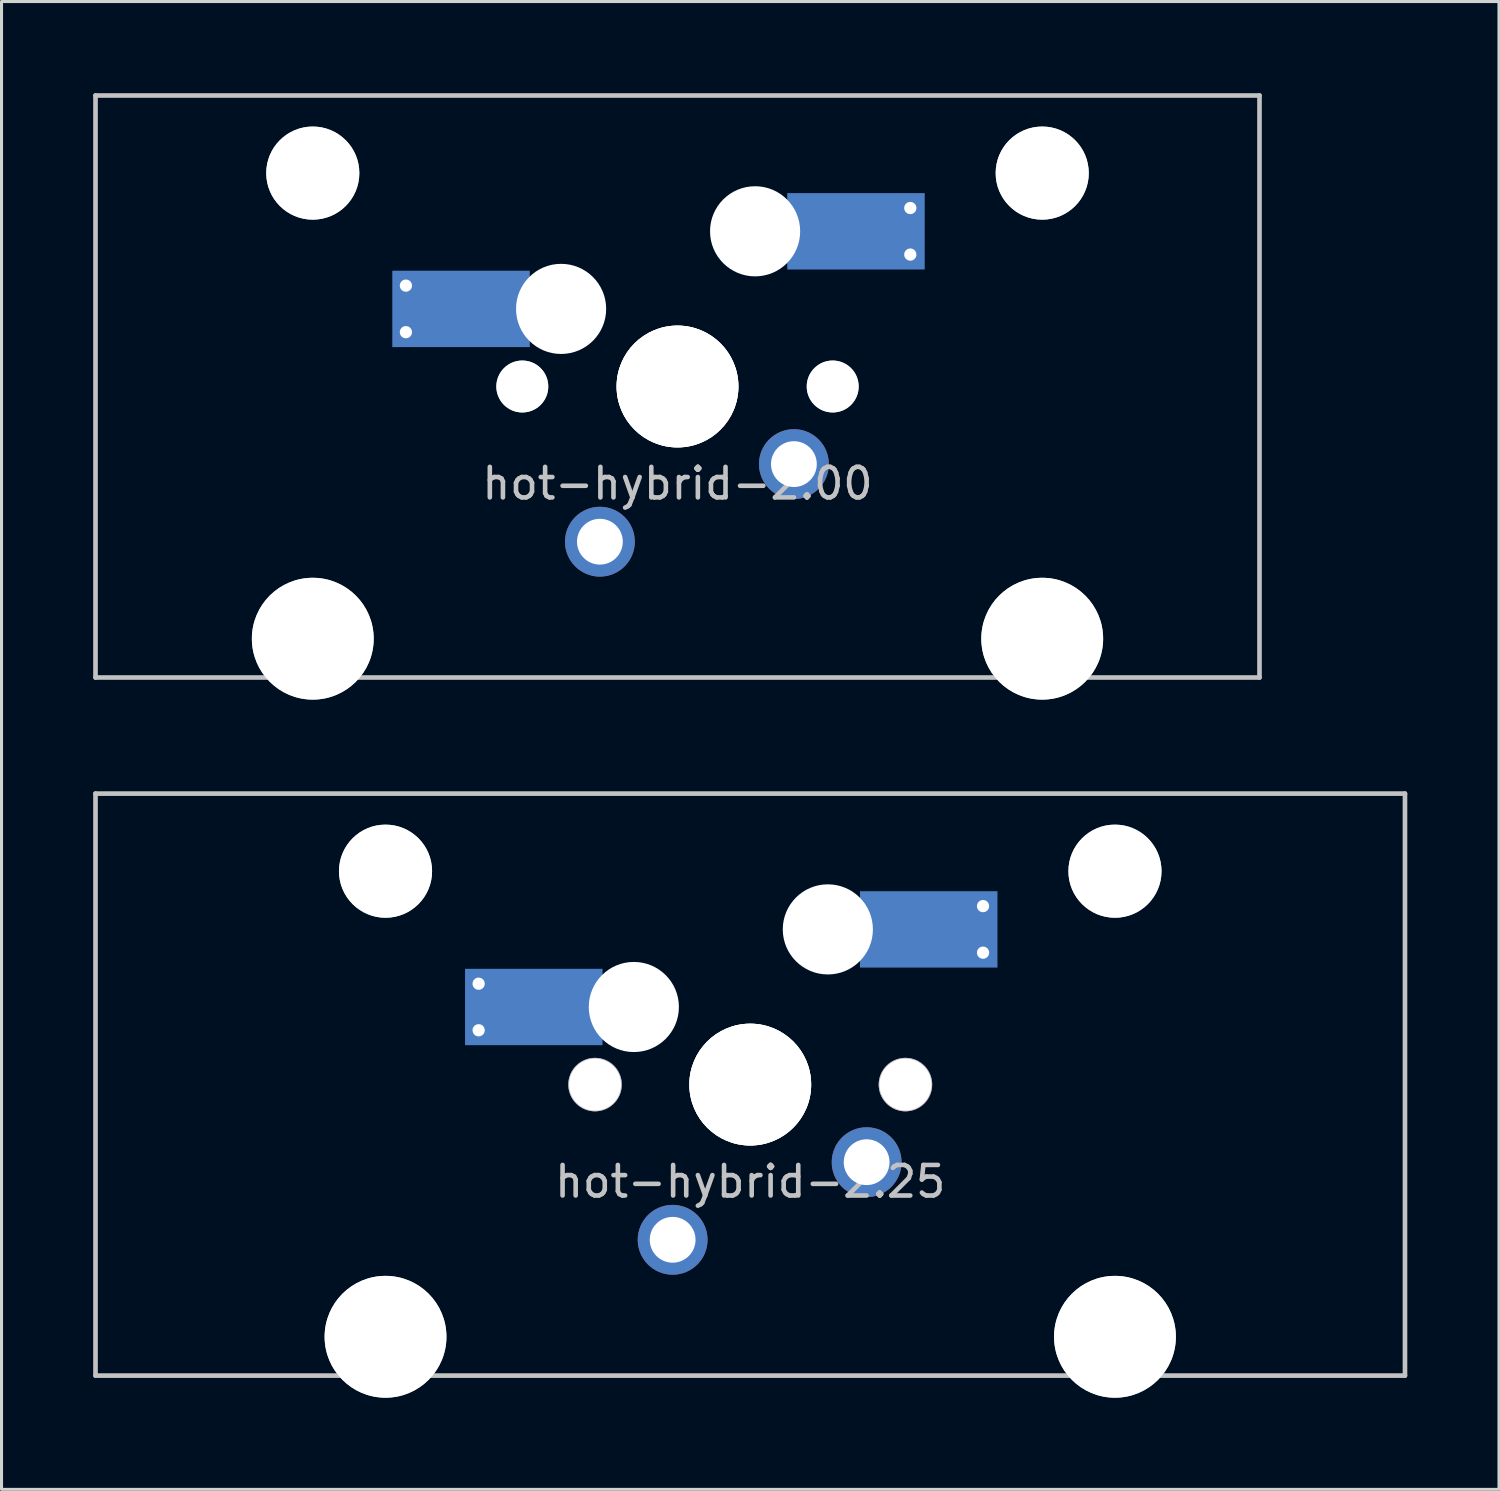
<source format=kicad_pcb>
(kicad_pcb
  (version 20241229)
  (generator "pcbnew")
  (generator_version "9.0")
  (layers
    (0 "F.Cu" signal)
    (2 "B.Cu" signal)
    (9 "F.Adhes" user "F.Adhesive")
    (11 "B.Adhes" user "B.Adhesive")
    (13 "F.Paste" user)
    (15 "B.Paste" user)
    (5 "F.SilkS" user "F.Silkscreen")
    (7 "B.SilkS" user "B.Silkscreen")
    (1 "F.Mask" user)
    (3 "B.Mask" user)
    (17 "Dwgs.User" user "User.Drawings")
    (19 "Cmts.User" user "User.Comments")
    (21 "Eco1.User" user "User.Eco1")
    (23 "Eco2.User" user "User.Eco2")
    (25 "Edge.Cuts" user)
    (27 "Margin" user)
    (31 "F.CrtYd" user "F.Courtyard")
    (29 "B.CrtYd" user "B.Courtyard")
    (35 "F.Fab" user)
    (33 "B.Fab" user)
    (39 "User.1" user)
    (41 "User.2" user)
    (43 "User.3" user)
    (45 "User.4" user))
  (footprint "hot-hybrid-2.00"
    (layer "F.Cu")
    (at 19.126 9.601)
    (property "Reference" "hot-hybrid-2.00" (at 0 3.175 0) (layer "Dwgs.User") (effects (font (size 1 1) (thickness 0.15))))
    (attr through_hole)
    (fp_line (start -19.05 -9.525) (end 19.05 -9.525) (stroke (width 0.152) (type solid)) (layer "Dwgs.User"))
    (fp_line (start -19.05 9.525) (end -19.05 -9.525) (stroke (width 0.152) (type solid)) (layer "Dwgs.User"))
    (fp_line (start 19.05 -9.525) (end 19.05 9.525) (stroke (width 0.152) (type solid)) (layer "Dwgs.User"))
    (fp_line (start 19.05 9.525) (end -19.05 9.525) (stroke (width 0.152) (type solid)) (layer "Dwgs.User"))
    (fp_curve (pts (xy -15.46 -7.995) (xy -15.46 -7.995) (xy -15.46 8.005) (xy -15.46 8.005)) (stroke (width 0.3) (type solid)) (layer "Eco2.User"))
    (fp_curve (pts (xy -15.46 8.005) (xy -15.46 8.555) (xy -15.01 9.005) (xy -14.46 9.005)) (stroke (width 0.3) (type solid)) (layer "Eco2.User"))
    (fp_curve (pts (xy -14.46 -8.995) (xy -15.01 -8.995) (xy -15.46 -8.545) (xy -15.46 -7.995)) (stroke (width 0.3) (type solid)) (layer "Eco2.User"))
    (fp_curve (pts (xy -14.46 9.005) (xy -14.46 9.005) (xy -9.41 9.005) (xy -9.41 9.005)) (stroke (width 0.3) (type solid)) (layer "Eco2.User"))
    (fp_curve (pts (xy -9.41 -8.995) (xy -9.41 -8.995) (xy -14.46 -8.995) (xy -14.46 -8.995)) (stroke (width 0.3) (type solid)) (layer "Eco2.User"))
    (fp_curve (pts (xy -9.41 9.005) (xy -8.86 9.005) (xy -8.41 8.555) (xy -8.41 8.005)) (stroke (width 0.3) (type solid)) (layer "Eco2.User"))
    (fp_curve (pts (xy -8.41 -7.995) (xy -8.41 -8.545) (xy -8.86 -8.995) (xy -9.41 -8.995)) (stroke (width 0.3) (type solid)) (layer "Eco2.User"))
    (fp_curve (pts (xy -8.41 8.005) (xy -8.41 8.005) (xy -8.41 -7.995) (xy -8.41 -7.995)) (stroke (width 0.3) (type solid)) (layer "Eco2.User"))
    (fp_curve (pts (xy -7 -5.999) (xy -7 -6.549) (xy -6.55 -6.999) (xy -6 -6.999)) (stroke (width 0.3) (type solid)) (layer "Eco2.User"))
    (fp_curve (pts (xy -7 6.001) (xy -7 6.001) (xy -7 -5.999) (xy -7 -5.999)) (stroke (width 0.3) (type solid)) (layer "Eco2.User"))
    (fp_curve (pts (xy -6 -6.999) (xy -6 -6.999) (xy 6 -6.999) (xy 6 -6.999)) (stroke (width 0.3) (type solid)) (layer "Eco2.User"))
    (fp_curve (pts (xy -6 7.001) (xy -6.55 7.001) (xy -7 6.551) (xy -7 6.001)) (stroke (width 0.3) (type solid)) (layer "Eco2.User"))
    (fp_curve (pts (xy 6 -6.999) (xy 6.55 -6.999) (xy 7 -6.549) (xy 7 -5.999)) (stroke (width 0.3) (type solid)) (layer "Eco2.User"))
    (fp_curve (pts (xy 6 7.001) (xy 6 7.001) (xy -6 7.001) (xy -6 7.001)) (stroke (width 0.3) (type solid)) (layer "Eco2.User"))
    (fp_curve (pts (xy 7 -5.999) (xy 7 -5.999) (xy 7 6.001) (xy 7 6.001)) (stroke (width 0.3) (type solid)) (layer "Eco2.User"))
    (fp_curve (pts (xy 7 6.001) (xy 7 6.551) (xy 6.55 7.001) (xy 6 7.001)) (stroke (width 0.3) (type solid)) (layer "Eco2.User"))
    (fp_curve (pts (xy 8.406 -7.995) (xy 8.406 -8.545) (xy 8.856 -8.995) (xy 9.406 -8.995)) (stroke (width 0.3) (type solid)) (layer "Eco2.User"))
    (fp_curve (pts (xy 8.406 8.005) (xy 8.406 8.005) (xy 8.406 -7.995) (xy 8.406 -7.995)) (stroke (width 0.3) (type solid)) (layer "Eco2.User"))
    (fp_curve (pts (xy 9.406 -8.995) (xy 9.406 -8.995) (xy 14.456 -8.995) (xy 14.456 -8.995)) (stroke (width 0.3) (type solid)) (layer "Eco2.User"))
    (fp_curve (pts (xy 9.406 9.005) (xy 8.856 9.005) (xy 8.406 8.555) (xy 8.406 8.005)) (stroke (width 0.3) (type solid)) (layer "Eco2.User"))
    (fp_curve (pts (xy 14.456 -8.995) (xy 15.006 -8.995) (xy 15.456 -8.545) (xy 15.456 -7.995)) (stroke (width 0.3) (type solid)) (layer "Eco2.User"))
    (fp_curve (pts (xy 14.456 9.005) (xy 14.456 9.005) (xy 9.406 9.005) (xy 9.406 9.005)) (stroke (width 0.3) (type solid)) (layer "Eco2.User"))
    (fp_curve (pts (xy 15.456 -7.995) (xy 15.456 -7.995) (xy 15.456 8.005) (xy 15.456 8.005)) (stroke (width 0.3) (type solid)) (layer "Eco2.User"))
    (fp_curve (pts (xy 15.456 8.005) (xy 15.456 8.555) (xy 15.006 9.005) (xy 14.456 9.005)) (stroke (width 0.3) (type solid)) (layer "Eco2.User"))
    (pad "" np_thru_hole circle (at -11.938 -6.985) (size 3.048 3.048) (drill 3.048) (layers "*.Cu" "Dwgs.User"))
    (pad "" np_thru_hole circle (at -11.938 8.255) (size 3.988 3.988) (drill 3.988) (layers "*.Cu" "Dwgs.User"))
    (pad "" smd rect (at -7.085 -2.54) (size 2.55 2.5) (layers "B.Mask" "B.Paste"))
    (pad "" np_thru_hole circle (at -5.08 0 180) (size 1.7 1.7) (drill 1.7) (layers "*.Cu" "Dwgs.User"))
    (pad "" np_thru_hole circle (at -3.81 -2.54) (size 2.95 2.95) (drill 2.95) (layers "*.Cu" "*.Mask"))
    (pad "" np_thru_hole circle (at 0 0) (size 3.988 3.988) (drill 3.988) (layers "*.Cu" "*.Mask"))
    (pad "" np_thru_hole circle (at 0 0 180) (size 3.988 3.988) (drill 3.988) (layers "*.Cu" "Dwgs.User"))
    (pad "" np_thru_hole circle (at 2.54 -5.08) (size 2.95 2.95) (drill 2.95) (layers "*.Cu" "*.Mask"))
    (pad "" np_thru_hole circle (at 5.08 0 180) (size 1.7 1.7) (drill 1.7) (layers "*.Cu" "Dwgs.User"))
    (pad "" smd rect (at 5.815 -5.08) (size 2.55 2.5) (layers "B.Mask" "B.Paste"))
    (pad "" np_thru_hole circle (at 11.938 -6.985) (size 3.048 3.048) (drill 3.048) (layers "*.Cu" "Dwgs.User"))
    (pad "" np_thru_hole circle (at 11.938 8.255) (size 3.988 3.988) (drill 3.988) (layers "*.Cu" "Dwgs.User"))
    (pad "1" thru_hole circle (at -8.89 -3.302) (size 0.8 0.8) (drill 0.4) (layers "*.Cu"))
    (pad "1" thru_hole circle (at -8.89 -1.778) (size 0.8 0.8) (drill 0.4) (layers "*.Cu"))
    (pad "1" smd rect (at -7.085 -2.54) (size 4.5 2.5) (layers "B.Cu"))
    (pad "1" thru_hole circle (at 3.81 2.54 180) (size 2.286 2.286) (drill 1.499) (layers "*.Cu" "*.Mask"))
    (pad "2" thru_hole circle (at -2.54 5.08 180) (size 2.286 2.286) (drill 1.499) (layers "*.Cu" "*.Mask"))
    (pad "2" smd rect (at 5.842 -5.08) (size 4.5 2.5) (layers "B.Cu"))
    (pad "2" thru_hole circle (at 7.62 -5.842) (size 0.8 0.8) (drill 0.4) (layers "*.Cu"))
    (pad "2" thru_hole circle (at 7.62 -4.318) (size 0.8 0.8) (drill 0.4) (layers "*.Cu")))
  (footprint "hot-hybrid-2.25"
    (layer "F.Cu")
    (at 21.507 32.451)
    (property "Reference" "hot-hybrid-2.25" (at 0 3.175 0) (layer "Dwgs.User") (effects (font (size 1 1) (thickness 0.15))))
    (attr through_hole)
    (fp_line (start -21.431 -9.525) (end 21.431 -9.525) (stroke (width 0.152) (type solid)) (layer "Dwgs.User"))
    (fp_line (start -21.431 9.525) (end -21.431 -9.525) (stroke (width 0.152) (type solid)) (layer "Dwgs.User"))
    (fp_line (start 21.431 -9.525) (end 21.431 9.525) (stroke (width 0.152) (type solid)) (layer "Dwgs.User"))
    (fp_line (start 21.431 9.525) (end -21.431 9.525) (stroke (width 0.152) (type solid)) (layer "Dwgs.User"))
    (fp_curve (pts (xy -15.46 -7.995) (xy -15.46 -7.995) (xy -15.46 8.005) (xy -15.46 8.005)) (stroke (width 0.3) (type solid)) (layer "Eco2.User"))
    (fp_curve (pts (xy -15.46 8.005) (xy -15.46 8.555) (xy -15.01 9.005) (xy -14.46 9.005)) (stroke (width 0.3) (type solid)) (layer "Eco2.User"))
    (fp_curve (pts (xy -14.46 -8.995) (xy -15.01 -8.995) (xy -15.46 -8.545) (xy -15.46 -7.995)) (stroke (width 0.3) (type solid)) (layer "Eco2.User"))
    (fp_curve (pts (xy -14.46 9.005) (xy -14.46 9.005) (xy -9.41 9.005) (xy -9.41 9.005)) (stroke (width 0.3) (type solid)) (layer "Eco2.User"))
    (fp_curve (pts (xy -9.41 -8.995) (xy -9.41 -8.995) (xy -14.46 -8.995) (xy -14.46 -8.995)) (stroke (width 0.3) (type solid)) (layer "Eco2.User"))
    (fp_curve (pts (xy -9.41 9.005) (xy -8.86 9.005) (xy -8.41 8.555) (xy -8.41 8.005)) (stroke (width 0.3) (type solid)) (layer "Eco2.User"))
    (fp_curve (pts (xy -8.41 -7.995) (xy -8.41 -8.545) (xy -8.86 -8.995) (xy -9.41 -8.995)) (stroke (width 0.3) (type solid)) (layer "Eco2.User"))
    (fp_curve (pts (xy -8.41 8.005) (xy -8.41 8.005) (xy -8.41 -7.995) (xy -8.41 -7.995)) (stroke (width 0.3) (type solid)) (layer "Eco2.User"))
    (fp_curve (pts (xy -7 -5.999) (xy -7 -6.549) (xy -6.55 -6.999) (xy -6 -6.999)) (stroke (width 0.3) (type solid)) (layer "Eco2.User"))
    (fp_curve (pts (xy -7 6.001) (xy -7 6.001) (xy -7 -5.999) (xy -7 -5.999)) (stroke (width 0.3) (type solid)) (layer "Eco2.User"))
    (fp_curve (pts (xy -6 -6.999) (xy -6 -6.999) (xy 6 -6.999) (xy 6 -6.999)) (stroke (width 0.3) (type solid)) (layer "Eco2.User"))
    (fp_curve (pts (xy -6 7.001) (xy -6.55 7.001) (xy -7 6.551) (xy -7 6.001)) (stroke (width 0.3) (type solid)) (layer "Eco2.User"))
    (fp_curve (pts (xy 6 -6.999) (xy 6.55 -6.999) (xy 7 -6.549) (xy 7 -5.999)) (stroke (width 0.3) (type solid)) (layer "Eco2.User"))
    (fp_curve (pts (xy 6 7.001) (xy 6 7.001) (xy -6 7.001) (xy -6 7.001)) (stroke (width 0.3) (type solid)) (layer "Eco2.User"))
    (fp_curve (pts (xy 7 -5.999) (xy 7 -5.999) (xy 7 6.001) (xy 7 6.001)) (stroke (width 0.3) (type solid)) (layer "Eco2.User"))
    (fp_curve (pts (xy 7 6.001) (xy 7 6.551) (xy 6.55 7.001) (xy 6 7.001)) (stroke (width 0.3) (type solid)) (layer "Eco2.User"))
    (fp_curve (pts (xy 8.406 -7.995) (xy 8.406 -8.545) (xy 8.856 -8.995) (xy 9.406 -8.995)) (stroke (width 0.3) (type solid)) (layer "Eco2.User"))
    (fp_curve (pts (xy 8.406 8.005) (xy 8.406 8.005) (xy 8.406 -7.995) (xy 8.406 -7.995)) (stroke (width 0.3) (type solid)) (layer "Eco2.User"))
    (fp_curve (pts (xy 9.406 -8.995) (xy 9.406 -8.995) (xy 14.456 -8.995) (xy 14.456 -8.995)) (stroke (width 0.3) (type solid)) (layer "Eco2.User"))
    (fp_curve (pts (xy 9.406 9.005) (xy 8.856 9.005) (xy 8.406 8.555) (xy 8.406 8.005)) (stroke (width 0.3) (type solid)) (layer "Eco2.User"))
    (fp_curve (pts (xy 14.456 -8.995) (xy 15.006 -8.995) (xy 15.456 -8.545) (xy 15.456 -7.995)) (stroke (width 0.3) (type solid)) (layer "Eco2.User"))
    (fp_curve (pts (xy 14.456 9.005) (xy 14.456 9.005) (xy 9.406 9.005) (xy 9.406 9.005)) (stroke (width 0.3) (type solid)) (layer "Eco2.User"))
    (fp_curve (pts (xy 15.456 -7.995) (xy 15.456 -7.995) (xy 15.456 8.005) (xy 15.456 8.005)) (stroke (width 0.3) (type solid)) (layer "Eco2.User"))
    (fp_curve (pts (xy 15.456 8.005) (xy 15.456 8.555) (xy 15.006 9.005) (xy 14.456 9.005)) (stroke (width 0.3) (type solid)) (layer "Eco2.User"))
    (pad "" np_thru_hole circle (at -11.938 -6.985) (size 3.048 3.048) (drill 3.048) (layers "*.Cu" "Dwgs.User"))
    (pad "" np_thru_hole circle (at -11.938 8.255) (size 3.988 3.988) (drill 3.988) (layers "*.Cu" "Dwgs.User"))
    (pad "" smd rect (at -7.085 -2.54) (size 2.55 2.5) (layers "B.Mask" "B.Paste"))
    (pad "" np_thru_hole circle (at -5.08 0 180) (size 1.75 1.75) (drill 1.7) (layers "*.Cu" "Dwgs.User"))
    (pad "" np_thru_hole circle (at -3.81 -2.54) (size 2.95 2.95) (drill 2.95) (layers "*.Cu" "*.Mask"))
    (pad "" np_thru_hole circle (at 0 0) (size 3.988 3.988) (drill 3.988) (layers "*.Cu" "*.Mask"))
    (pad "" np_thru_hole circle (at 0 0 180) (size 3.988 3.988) (drill 3.988) (layers "*.Cu" "Dwgs.User"))
    (pad "" np_thru_hole circle (at 2.54 -5.08) (size 2.95 2.95) (drill 2.95) (layers "*.Cu" "*.Mask"))
    (pad "" np_thru_hole circle (at 5.08 0 180) (size 1.75 1.75) (drill 1.7) (layers "*.Cu" "Dwgs.User"))
    (pad "" smd rect (at 5.815 -5.08) (size 2.55 2.5) (layers "B.Mask" "B.Paste"))
    (pad "" np_thru_hole circle (at 11.938 -6.985) (size 3.048 3.048) (drill 3.048) (layers "*.Cu" "Dwgs.User"))
    (pad "" np_thru_hole circle (at 11.938 8.255) (size 3.988 3.988) (drill 3.988) (layers "*.Cu" "Dwgs.User"))
    (pad "1" thru_hole circle (at -8.89 -3.302) (size 0.8 0.8) (drill 0.4) (layers "*.Cu"))
    (pad "1" thru_hole circle (at -8.89 -1.778) (size 0.8 0.8) (drill 0.4) (layers "*.Cu"))
    (pad "1" smd rect (at -7.085 -2.54) (size 4.5 2.5) (layers "B.Cu"))
    (pad "1" thru_hole circle (at 3.81 2.54 180) (size 2.286 2.286) (drill 1.499) (layers "*.Cu" "*.Mask"))
    (pad "2" thru_hole circle (at -2.54 5.08 180) (size 2.286 2.286) (drill 1.499) (layers "*.Cu" "*.Mask"))
    (pad "2" smd rect (at 5.842 -5.08) (size 4.5 2.5) (layers "B.Cu"))
    (pad "2" thru_hole circle (at 7.62 -5.842) (size 0.8 0.8) (drill 0.4) (layers "*.Cu"))
    (pad "2" thru_hole circle (at 7.62 -4.318) (size 0.8 0.8) (drill 0.4) (layers "*.Cu")))
  (gr_rect
    (start -3 -3)
    (end 46.015 45.7)
    (stroke (width 0.1) (type default))
    (fill no)
    (layer "Edge.Cuts")))
</source>
